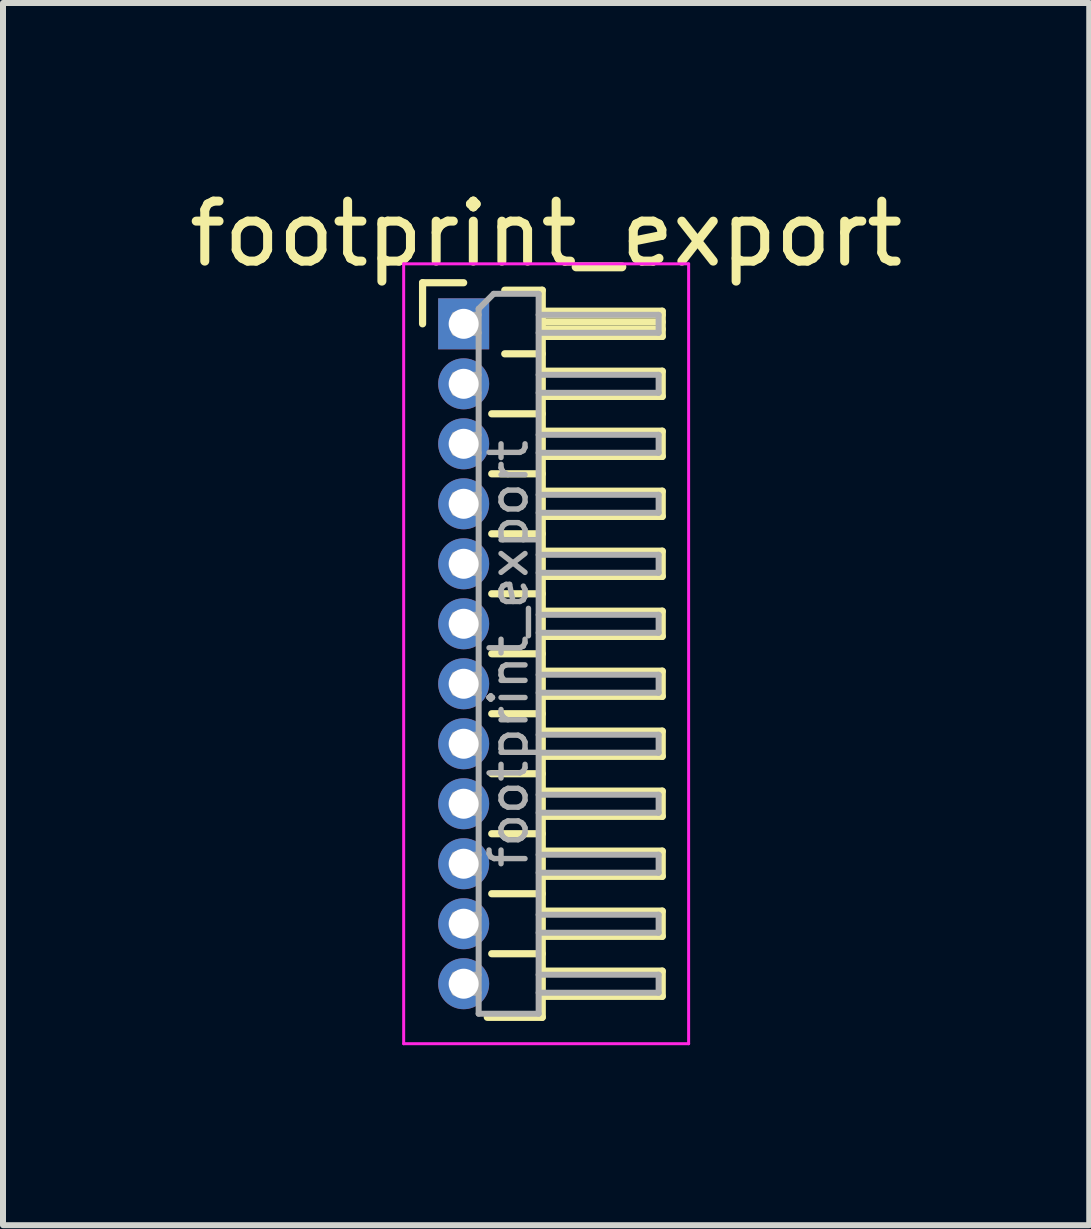
<source format=kicad_pcb>
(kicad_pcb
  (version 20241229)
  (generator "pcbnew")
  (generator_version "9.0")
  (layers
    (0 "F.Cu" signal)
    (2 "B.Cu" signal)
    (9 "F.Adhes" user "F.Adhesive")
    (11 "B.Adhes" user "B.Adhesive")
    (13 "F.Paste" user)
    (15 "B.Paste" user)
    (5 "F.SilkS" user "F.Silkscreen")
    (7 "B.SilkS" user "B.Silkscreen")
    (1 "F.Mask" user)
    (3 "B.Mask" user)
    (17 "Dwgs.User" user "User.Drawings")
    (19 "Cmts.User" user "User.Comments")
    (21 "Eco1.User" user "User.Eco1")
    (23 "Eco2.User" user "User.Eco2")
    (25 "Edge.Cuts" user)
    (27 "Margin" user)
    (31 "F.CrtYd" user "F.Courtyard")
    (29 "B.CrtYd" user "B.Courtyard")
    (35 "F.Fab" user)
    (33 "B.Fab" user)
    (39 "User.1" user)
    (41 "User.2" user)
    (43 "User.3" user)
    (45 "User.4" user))
  (footprint "footprint_export"
    (layer "F.Cu")
    (at 4.679 2.348)
    (property "Reference" "footprint_export" (at 1.375 -1.5 0) (layer "F.SilkS") (effects (font (size 1 1) (thickness 0.15))))
    (attr through_hole)
    (fp_line (start -0.685 -0.685) (end 0 -0.685) (stroke (width 0.12) (type solid)) (layer "F.SilkS"))
    (fp_line (start -0.685 0) (end -0.685 -0.685) (stroke (width 0.12) (type solid)) (layer "F.SilkS"))
    (fp_line (start 0.468 1.5) (end 1.31 1.5) (stroke (width 0.12) (type solid)) (layer "F.SilkS"))
    (fp_line (start 0.468 2.5) (end 1.31 2.5) (stroke (width 0.12) (type solid)) (layer "F.SilkS"))
    (fp_line (start 0.468 3.5) (end 1.31 3.5) (stroke (width 0.12) (type solid)) (layer "F.SilkS"))
    (fp_line (start 0.468 4.5) (end 1.31 4.5) (stroke (width 0.12) (type solid)) (layer "F.SilkS"))
    (fp_line (start 0.468 5.5) (end 1.31 5.5) (stroke (width 0.12) (type solid)) (layer "F.SilkS"))
    (fp_line (start 0.468 6.5) (end 1.31 6.5) (stroke (width 0.12) (type solid)) (layer "F.SilkS"))
    (fp_line (start 0.468 7.5) (end 1.31 7.5) (stroke (width 0.12) (type solid)) (layer "F.SilkS"))
    (fp_line (start 0.468 8.5) (end 1.31 8.5) (stroke (width 0.12) (type solid)) (layer "F.SilkS"))
    (fp_line (start 0.468 9.5) (end 1.31 9.5) (stroke (width 0.12) (type solid)) (layer "F.SilkS"))
    (fp_line (start 0.468 10.5) (end 1.31 10.5) (stroke (width 0.12) (type solid)) (layer "F.SilkS"))
    (fp_line (start 0.685 -0.56) (end 1.31 -0.56) (stroke (width 0.12) (type solid)) (layer "F.SilkS"))
    (fp_line (start 0.685 0.5) (end 1.31 0.5) (stroke (width 0.12) (type solid)) (layer "F.SilkS"))
    (fp_line (start 1.31 -0.56) (end 1.31 11.56) (stroke (width 0.12) (type solid)) (layer "F.SilkS"))
    (fp_line (start 1.31 -0.21) (end 3.31 -0.21) (stroke (width 0.12) (type solid)) (layer "F.SilkS"))
    (fp_line (start 1.31 -0.15) (end 3.31 -0.15) (stroke (width 0.12) (type solid)) (layer "F.SilkS"))
    (fp_line (start 1.31 -0.03) (end 3.31 -0.03) (stroke (width 0.12) (type solid)) (layer "F.SilkS"))
    (fp_line (start 1.31 0.09) (end 3.31 0.09) (stroke (width 0.12) (type solid)) (layer "F.SilkS"))
    (fp_line (start 1.31 0.79) (end 3.31 0.79) (stroke (width 0.12) (type solid)) (layer "F.SilkS"))
    (fp_line (start 1.31 1.79) (end 3.31 1.79) (stroke (width 0.12) (type solid)) (layer "F.SilkS"))
    (fp_line (start 1.31 2.79) (end 3.31 2.79) (stroke (width 0.12) (type solid)) (layer "F.SilkS"))
    (fp_line (start 1.31 3.79) (end 3.31 3.79) (stroke (width 0.12) (type solid)) (layer "F.SilkS"))
    (fp_line (start 1.31 4.79) (end 3.31 4.79) (stroke (width 0.12) (type solid)) (layer "F.SilkS"))
    (fp_line (start 1.31 5.79) (end 3.31 5.79) (stroke (width 0.12) (type solid)) (layer "F.SilkS"))
    (fp_line (start 1.31 6.79) (end 3.31 6.79) (stroke (width 0.12) (type solid)) (layer "F.SilkS"))
    (fp_line (start 1.31 7.79) (end 3.31 7.79) (stroke (width 0.12) (type solid)) (layer "F.SilkS"))
    (fp_line (start 1.31 8.79) (end 3.31 8.79) (stroke (width 0.12) (type solid)) (layer "F.SilkS"))
    (fp_line (start 1.31 9.79) (end 3.31 9.79) (stroke (width 0.12) (type solid)) (layer "F.SilkS"))
    (fp_line (start 1.31 10.79) (end 3.31 10.79) (stroke (width 0.12) (type solid)) (layer "F.SilkS"))
    (fp_line (start 1.31 11.56) (end 0.394 11.56) (stroke (width 0.12) (type solid)) (layer "F.SilkS"))
    (fp_line (start 3.31 -0.21) (end 3.31 0.21) (stroke (width 0.12) (type solid)) (layer "F.SilkS"))
    (fp_line (start 3.31 0.21) (end 1.31 0.21) (stroke (width 0.12) (type solid)) (layer "F.SilkS"))
    (fp_line (start 3.31 0.79) (end 3.31 1.21) (stroke (width 0.12) (type solid)) (layer "F.SilkS"))
    (fp_line (start 3.31 1.21) (end 1.31 1.21) (stroke (width 0.12) (type solid)) (layer "F.SilkS"))
    (fp_line (start 3.31 1.79) (end 3.31 2.21) (stroke (width 0.12) (type solid)) (layer "F.SilkS"))
    (fp_line (start 3.31 2.21) (end 1.31 2.21) (stroke (width 0.12) (type solid)) (layer "F.SilkS"))
    (fp_line (start 3.31 2.79) (end 3.31 3.21) (stroke (width 0.12) (type solid)) (layer "F.SilkS"))
    (fp_line (start 3.31 3.21) (end 1.31 3.21) (stroke (width 0.12) (type solid)) (layer "F.SilkS"))
    (fp_line (start 3.31 3.79) (end 3.31 4.21) (stroke (width 0.12) (type solid)) (layer "F.SilkS"))
    (fp_line (start 3.31 4.21) (end 1.31 4.21) (stroke (width 0.12) (type solid)) (layer "F.SilkS"))
    (fp_line (start 3.31 4.79) (end 3.31 5.21) (stroke (width 0.12) (type solid)) (layer "F.SilkS"))
    (fp_line (start 3.31 5.21) (end 1.31 5.21) (stroke (width 0.12) (type solid)) (layer "F.SilkS"))
    (fp_line (start 3.31 5.79) (end 3.31 6.21) (stroke (width 0.12) (type solid)) (layer "F.SilkS"))
    (fp_line (start 3.31 6.21) (end 1.31 6.21) (stroke (width 0.12) (type solid)) (layer "F.SilkS"))
    (fp_line (start 3.31 6.79) (end 3.31 7.21) (stroke (width 0.12) (type solid)) (layer "F.SilkS"))
    (fp_line (start 3.31 7.21) (end 1.31 7.21) (stroke (width 0.12) (type solid)) (layer "F.SilkS"))
    (fp_line (start 3.31 7.79) (end 3.31 8.21) (stroke (width 0.12) (type solid)) (layer "F.SilkS"))
    (fp_line (start 3.31 8.21) (end 1.31 8.21) (stroke (width 0.12) (type solid)) (layer "F.SilkS"))
    (fp_line (start 3.31 8.79) (end 3.31 9.21) (stroke (width 0.12) (type solid)) (layer "F.SilkS"))
    (fp_line (start 3.31 9.21) (end 1.31 9.21) (stroke (width 0.12) (type solid)) (layer "F.SilkS"))
    (fp_line (start 3.31 9.79) (end 3.31 10.21) (stroke (width 0.12) (type solid)) (layer "F.SilkS"))
    (fp_line (start 3.31 10.21) (end 1.31 10.21) (stroke (width 0.12) (type solid)) (layer "F.SilkS"))
    (fp_line (start 3.31 10.79) (end 3.31 11.21) (stroke (width 0.12) (type solid)) (layer "F.SilkS"))
    (fp_line (start 3.31 11.21) (end 1.31 11.21) (stroke (width 0.12) (type solid)) (layer "F.SilkS"))
    (fp_line (start -1 -1) (end -1 12) (stroke (width 0.05) (type solid)) (layer "F.CrtYd"))
    (fp_line (start -1 12) (end 3.75 12) (stroke (width 0.05) (type solid)) (layer "F.CrtYd"))
    (fp_line (start 3.75 -1) (end -1 -1) (stroke (width 0.05) (type solid)) (layer "F.CrtYd"))
    (fp_line (start 3.75 12) (end 3.75 -1) (stroke (width 0.05) (type solid)) (layer "F.CrtYd"))
    (fp_line (start -0.15 -0.15) (end -0.15 0.15) (stroke (width 0.1) (type solid)) (layer "F.Fab"))
    (fp_line (start -0.15 -0.15) (end 0.25 -0.15) (stroke (width 0.1) (type solid)) (layer "F.Fab"))
    (fp_line (start -0.15 0.15) (end 0.25 0.15) (stroke (width 0.1) (type solid)) (layer "F.Fab"))
    (fp_line (start -0.15 0.85) (end -0.15 1.15) (stroke (width 0.1) (type solid)) (layer "F.Fab"))
    (fp_line (start -0.15 0.85) (end 0.25 0.85) (stroke (width 0.1) (type solid)) (layer "F.Fab"))
    (fp_line (start -0.15 1.15) (end 0.25 1.15) (stroke (width 0.1) (type solid)) (layer "F.Fab"))
    (fp_line (start -0.15 1.85) (end -0.15 2.15) (stroke (width 0.1) (type solid)) (layer "F.Fab"))
    (fp_line (start -0.15 1.85) (end 0.25 1.85) (stroke (width 0.1) (type solid)) (layer "F.Fab"))
    (fp_line (start -0.15 2.15) (end 0.25 2.15) (stroke (width 0.1) (type solid)) (layer "F.Fab"))
    (fp_line (start -0.15 2.85) (end -0.15 3.15) (stroke (width 0.1) (type solid)) (layer "F.Fab"))
    (fp_line (start -0.15 2.85) (end 0.25 2.85) (stroke (width 0.1) (type solid)) (layer "F.Fab"))
    (fp_line (start -0.15 3.15) (end 0.25 3.15) (stroke (width 0.1) (type solid)) (layer "F.Fab"))
    (fp_line (start -0.15 3.85) (end -0.15 4.15) (stroke (width 0.1) (type solid)) (layer "F.Fab"))
    (fp_line (start -0.15 3.85) (end 0.25 3.85) (stroke (width 0.1) (type solid)) (layer "F.Fab"))
    (fp_line (start -0.15 4.15) (end 0.25 4.15) (stroke (width 0.1) (type solid)) (layer "F.Fab"))
    (fp_line (start -0.15 4.85) (end -0.15 5.15) (stroke (width 0.1) (type solid)) (layer "F.Fab"))
    (fp_line (start -0.15 4.85) (end 0.25 4.85) (stroke (width 0.1) (type solid)) (layer "F.Fab"))
    (fp_line (start -0.15 5.15) (end 0.25 5.15) (stroke (width 0.1) (type solid)) (layer "F.Fab"))
    (fp_line (start -0.15 5.85) (end -0.15 6.15) (stroke (width 0.1) (type solid)) (layer "F.Fab"))
    (fp_line (start -0.15 5.85) (end 0.25 5.85) (stroke (width 0.1) (type solid)) (layer "F.Fab"))
    (fp_line (start -0.15 6.15) (end 0.25 6.15) (stroke (width 0.1) (type solid)) (layer "F.Fab"))
    (fp_line (start -0.15 6.85) (end -0.15 7.15) (stroke (width 0.1) (type solid)) (layer "F.Fab"))
    (fp_line (start -0.15 6.85) (end 0.25 6.85) (stroke (width 0.1) (type solid)) (layer "F.Fab"))
    (fp_line (start -0.15 7.15) (end 0.25 7.15) (stroke (width 0.1) (type solid)) (layer "F.Fab"))
    (fp_line (start -0.15 7.85) (end -0.15 8.15) (stroke (width 0.1) (type solid)) (layer "F.Fab"))
    (fp_line (start -0.15 7.85) (end 0.25 7.85) (stroke (width 0.1) (type solid)) (layer "F.Fab"))
    (fp_line (start -0.15 8.15) (end 0.25 8.15) (stroke (width 0.1) (type solid)) (layer "F.Fab"))
    (fp_line (start -0.15 8.85) (end -0.15 9.15) (stroke (width 0.1) (type solid)) (layer "F.Fab"))
    (fp_line (start -0.15 8.85) (end 0.25 8.85) (stroke (width 0.1) (type solid)) (layer "F.Fab"))
    (fp_line (start -0.15 9.15) (end 0.25 9.15) (stroke (width 0.1) (type solid)) (layer "F.Fab"))
    (fp_line (start -0.15 9.85) (end -0.15 10.15) (stroke (width 0.1) (type solid)) (layer "F.Fab"))
    (fp_line (start -0.15 9.85) (end 0.25 9.85) (stroke (width 0.1) (type solid)) (layer "F.Fab"))
    (fp_line (start -0.15 10.15) (end 0.25 10.15) (stroke (width 0.1) (type solid)) (layer "F.Fab"))
    (fp_line (start -0.15 10.85) (end -0.15 11.15) (stroke (width 0.1) (type solid)) (layer "F.Fab"))
    (fp_line (start -0.15 10.85) (end 0.25 10.85) (stroke (width 0.1) (type solid)) (layer "F.Fab"))
    (fp_line (start -0.15 11.15) (end 0.25 11.15) (stroke (width 0.1) (type solid)) (layer "F.Fab"))
    (fp_line (start 0.25 -0.25) (end 0.5 -0.5) (stroke (width 0.1) (type solid)) (layer "F.Fab"))
    (fp_line (start 0.25 11.5) (end 0.25 -0.25) (stroke (width 0.1) (type solid)) (layer "F.Fab"))
    (fp_line (start 0.5 -0.5) (end 1.25 -0.5) (stroke (width 0.1) (type solid)) (layer "F.Fab"))
    (fp_line (start 1.25 -0.5) (end 1.25 11.5) (stroke (width 0.1) (type solid)) (layer "F.Fab"))
    (fp_line (start 1.25 -0.15) (end 3.25 -0.15) (stroke (width 0.1) (type solid)) (layer "F.Fab"))
    (fp_line (start 1.25 0.15) (end 3.25 0.15) (stroke (width 0.1) (type solid)) (layer "F.Fab"))
    (fp_line (start 1.25 0.85) (end 3.25 0.85) (stroke (width 0.1) (type solid)) (layer "F.Fab"))
    (fp_line (start 1.25 1.15) (end 3.25 1.15) (stroke (width 0.1) (type solid)) (layer "F.Fab"))
    (fp_line (start 1.25 1.85) (end 3.25 1.85) (stroke (width 0.1) (type solid)) (layer "F.Fab"))
    (fp_line (start 1.25 2.15) (end 3.25 2.15) (stroke (width 0.1) (type solid)) (layer "F.Fab"))
    (fp_line (start 1.25 2.85) (end 3.25 2.85) (stroke (width 0.1) (type solid)) (layer "F.Fab"))
    (fp_line (start 1.25 3.15) (end 3.25 3.15) (stroke (width 0.1) (type solid)) (layer "F.Fab"))
    (fp_line (start 1.25 3.85) (end 3.25 3.85) (stroke (width 0.1) (type solid)) (layer "F.Fab"))
    (fp_line (start 1.25 4.15) (end 3.25 4.15) (stroke (width 0.1) (type solid)) (layer "F.Fab"))
    (fp_line (start 1.25 4.85) (end 3.25 4.85) (stroke (width 0.1) (type solid)) (layer "F.Fab"))
    (fp_line (start 1.25 5.15) (end 3.25 5.15) (stroke (width 0.1) (type solid)) (layer "F.Fab"))
    (fp_line (start 1.25 5.85) (end 3.25 5.85) (stroke (width 0.1) (type solid)) (layer "F.Fab"))
    (fp_line (start 1.25 6.15) (end 3.25 6.15) (stroke (width 0.1) (type solid)) (layer "F.Fab"))
    (fp_line (start 1.25 6.85) (end 3.25 6.85) (stroke (width 0.1) (type solid)) (layer "F.Fab"))
    (fp_line (start 1.25 7.15) (end 3.25 7.15) (stroke (width 0.1) (type solid)) (layer "F.Fab"))
    (fp_line (start 1.25 7.85) (end 3.25 7.85) (stroke (width 0.1) (type solid)) (layer "F.Fab"))
    (fp_line (start 1.25 8.15) (end 3.25 8.15) (stroke (width 0.1) (type solid)) (layer "F.Fab"))
    (fp_line (start 1.25 8.85) (end 3.25 8.85) (stroke (width 0.1) (type solid)) (layer "F.Fab"))
    (fp_line (start 1.25 9.15) (end 3.25 9.15) (stroke (width 0.1) (type solid)) (layer "F.Fab"))
    (fp_line (start 1.25 9.85) (end 3.25 9.85) (stroke (width 0.1) (type solid)) (layer "F.Fab"))
    (fp_line (start 1.25 10.15) (end 3.25 10.15) (stroke (width 0.1) (type solid)) (layer "F.Fab"))
    (fp_line (start 1.25 10.85) (end 3.25 10.85) (stroke (width 0.1) (type solid)) (layer "F.Fab"))
    (fp_line (start 1.25 11.15) (end 3.25 11.15) (stroke (width 0.1) (type solid)) (layer "F.Fab"))
    (fp_line (start 1.25 11.5) (end 0.25 11.5) (stroke (width 0.1) (type solid)) (layer "F.Fab"))
    (fp_line (start 3.25 -0.15) (end 3.25 0.15) (stroke (width 0.1) (type solid)) (layer "F.Fab"))
    (fp_line (start 3.25 0.85) (end 3.25 1.15) (stroke (width 0.1) (type solid)) (layer "F.Fab"))
    (fp_line (start 3.25 1.85) (end 3.25 2.15) (stroke (width 0.1) (type solid)) (layer "F.Fab"))
    (fp_line (start 3.25 2.85) (end 3.25 3.15) (stroke (width 0.1) (type solid)) (layer "F.Fab"))
    (fp_line (start 3.25 3.85) (end 3.25 4.15) (stroke (width 0.1) (type solid)) (layer "F.Fab"))
    (fp_line (start 3.25 4.85) (end 3.25 5.15) (stroke (width 0.1) (type solid)) (layer "F.Fab"))
    (fp_line (start 3.25 5.85) (end 3.25 6.15) (stroke (width 0.1) (type solid)) (layer "F.Fab"))
    (fp_line (start 3.25 6.85) (end 3.25 7.15) (stroke (width 0.1) (type solid)) (layer "F.Fab"))
    (fp_line (start 3.25 7.85) (end 3.25 8.15) (stroke (width 0.1) (type solid)) (layer "F.Fab"))
    (fp_line (start 3.25 8.85) (end 3.25 9.15) (stroke (width 0.1) (type solid)) (layer "F.Fab"))
    (fp_line (start 3.25 9.85) (end 3.25 10.15) (stroke (width 0.1) (type solid)) (layer "F.Fab"))
    (fp_line (start 3.25 10.85) (end 3.25 11.15) (stroke (width 0.1) (type solid)) (layer "F.Fab"))
    (fp_text user "${REFERENCE}" (at 0.75 5.5 90) (layer "F.Fab") (effects (font (size 0.6 0.6) (thickness 0.09))))
    (pad "1" thru_hole rect (at 0 0) (size 0.85 0.85) (drill 0.5) (layers "*.Cu" "*.Mask"))
    (pad "2" thru_hole oval (at 0 1) (size 0.85 0.85) (drill 0.5) (layers "*.Cu" "*.Mask"))
    (pad "3" thru_hole oval (at 0 2) (size 0.85 0.85) (drill 0.5) (layers "*.Cu" "*.Mask"))
    (pad "4" thru_hole oval (at 0 3) (size 0.85 0.85) (drill 0.5) (layers "*.Cu" "*.Mask"))
    (pad "5" thru_hole oval (at 0 4) (size 0.85 0.85) (drill 0.5) (layers "*.Cu" "*.Mask"))
    (pad "6" thru_hole oval (at 0 5) (size 0.85 0.85) (drill 0.5) (layers "*.Cu" "*.Mask"))
    (pad "7" thru_hole oval (at 0 6) (size 0.85 0.85) (drill 0.5) (layers "*.Cu" "*.Mask"))
    (pad "8" thru_hole oval (at 0 7) (size 0.85 0.85) (drill 0.5) (layers "*.Cu" "*.Mask"))
    (pad "9" thru_hole oval (at 0 8) (size 0.85 0.85) (drill 0.5) (layers "*.Cu" "*.Mask"))
    (pad "10" thru_hole oval (at 0 9) (size 0.85 0.85) (drill 0.5) (layers "*.Cu" "*.Mask"))
    (pad "11" thru_hole oval (at 0 10) (size 0.85 0.85) (drill 0.5) (layers "*.Cu" "*.Mask"))
    (pad "12" thru_hole oval (at 0 11) (size 0.85 0.85) (drill 0.5) (layers "*.Cu" "*.Mask")))
  (gr_rect
    (start -3 -3)
    (end 15.107 17.373)
    (stroke (width 0.1) (type default))
    (fill no)
    (layer "Edge.Cuts")))
</source>
